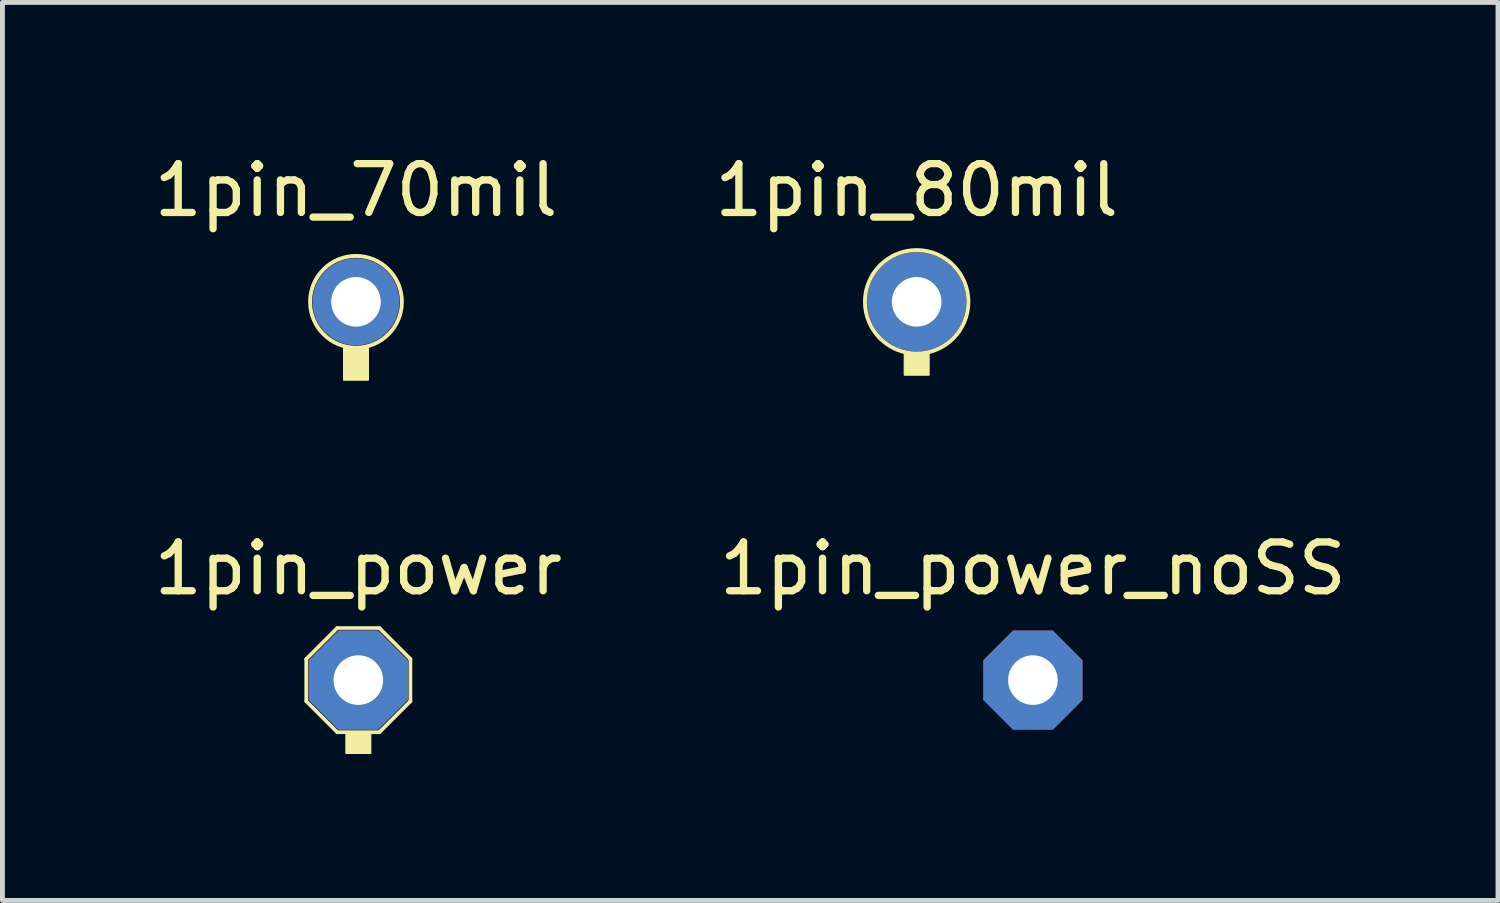
<source format=kicad_pcb>
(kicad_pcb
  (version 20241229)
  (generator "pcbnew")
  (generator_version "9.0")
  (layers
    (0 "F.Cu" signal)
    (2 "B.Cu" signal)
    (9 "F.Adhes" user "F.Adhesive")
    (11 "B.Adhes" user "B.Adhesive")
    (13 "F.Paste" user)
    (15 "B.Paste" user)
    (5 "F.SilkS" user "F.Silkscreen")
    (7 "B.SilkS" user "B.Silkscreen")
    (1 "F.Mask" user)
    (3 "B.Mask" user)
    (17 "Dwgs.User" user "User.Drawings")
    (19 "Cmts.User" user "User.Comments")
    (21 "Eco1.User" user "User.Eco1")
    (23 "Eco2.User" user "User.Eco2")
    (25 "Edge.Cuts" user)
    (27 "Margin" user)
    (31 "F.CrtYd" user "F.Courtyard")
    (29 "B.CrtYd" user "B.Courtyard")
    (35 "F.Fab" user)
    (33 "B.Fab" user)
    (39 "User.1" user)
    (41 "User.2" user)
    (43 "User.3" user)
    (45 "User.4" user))
  (footprint "1pin_80mil"
    (layer "F.Cu")
    (at 15.732 3.134)
    (property "Reference" "1pin_80mil" (at 0 -2.286 0) (layer "F.SilkS") (effects (font (size 1 1) (thickness 0.15))))
    (attr through_hole)
    (fp_rect (start -0.254 1.06) (end 0.254 1.502) (stroke (width 0.025) (type solid)) (fill yes) (layer "F.SilkS"))
    (fp_circle (center 0 0) (end 1.06 0) (stroke (width 0.08) (type solid)) (fill no) (layer "F.SilkS"))
    (pad "1" thru_hole circle (at 0 0) (size 2.032 2.032) (drill 1.016) (layers "*.Cu" "*.Mask")))
  (footprint "1pin_70mil"
    (layer "F.Cu")
    (at 4.244 3.134)
    (property "Reference" "1pin_70mil" (at 0 -2.286 0) (layer "F.SilkS") (effects (font (size 1 1) (thickness 0.15))))
    (attr through_hole)
    (fp_rect (start -0.254 0.933) (end 0.254 1.604) (stroke (width 0.025) (type solid)) (fill yes) (layer "F.SilkS"))
    (fp_circle (center 0 0) (end 0.94 0.025) (stroke (width 0.08) (type solid)) (fill no) (layer "F.SilkS"))
    (pad "1" thru_hole circle (at 0 0) (size 1.778 1.778) (drill 1.016) (layers "*.Cu" "*.Mask")))
  (footprint "1pin_power"
    (layer "F.Cu")
    (at 4.292 10.885)
    (property "Reference" "1pin_power" (at 0 -2.286 0) (layer "F.SilkS") (effects (font (size 1 1) (thickness 0.15))))
    (attr through_hole)
    (fp_line (start -1.067 -0.432) (end -1.067 0.432) (stroke (width 0.076) (type default)) (layer "F.SilkS"))
    (fp_line (start -1.067 -0.432) (end -0.432 -1.067) (stroke (width 0.076) (type default)) (layer "F.SilkS"))
    (fp_line (start -1.067 0.432) (end -0.432 1.067) (stroke (width 0.076) (type default)) (layer "F.SilkS"))
    (fp_line (start -0.432 -1.067) (end 0.432 -1.067) (stroke (width 0.076) (type default)) (layer "F.SilkS"))
    (fp_line (start -0.432 1.067) (end 0.432 1.067) (stroke (width 0.076) (type default)) (layer "F.SilkS"))
    (fp_line (start 1.067 -0.432) (end 0.432 -1.067) (stroke (width 0.076) (type default)) (layer "F.SilkS"))
    (fp_line (start 1.067 -0.432) (end 1.067 0.432) (stroke (width 0.076) (type default)) (layer "F.SilkS"))
    (fp_line (start 1.067 0.432) (end 0.432 1.067) (stroke (width 0.076) (type default)) (layer "F.SilkS"))
    (fp_poly (pts (xy -0.254 1.06) (xy 0.254 1.06) (xy 0.254 1.502) (xy -0.254 1.502)) (stroke (width 0.025) (type solid)) (fill yes) (layer "F.SilkS"))
    (pad "1" thru_hole roundrect (at 0 0) (size 2.032 2.032) (drill 1.016) (layers "*.Cu" "*.Mask") (roundrect_rratio 0) (chamfer_ratio 0.3) (chamfer top_left top_right bottom_left bottom_right)))
  (footprint "1pin_power_noSS"
    (layer "F.Cu")
    (at 18.113 10.885)
    (property "Reference" "1pin_power_noSS" (at 0 -2.286 0) (layer "F.SilkS") (effects (font (size 1 1) (thickness 0.15))))
    (attr through_hole)
    (pad "1" thru_hole roundrect (at 0 0) (size 2.032 2.032) (drill 1.016) (layers "*.Cu" "*.Mask") (roundrect_rratio 0) (chamfer_ratio 0.3) (chamfer top_left top_right bottom_left bottom_right)))
  (gr_rect
    (start -3 -3)
    (end 27.643 15.399)
    (stroke (width 0.1) (type default))
    (fill no)
    (layer "Edge.Cuts")))
</source>
